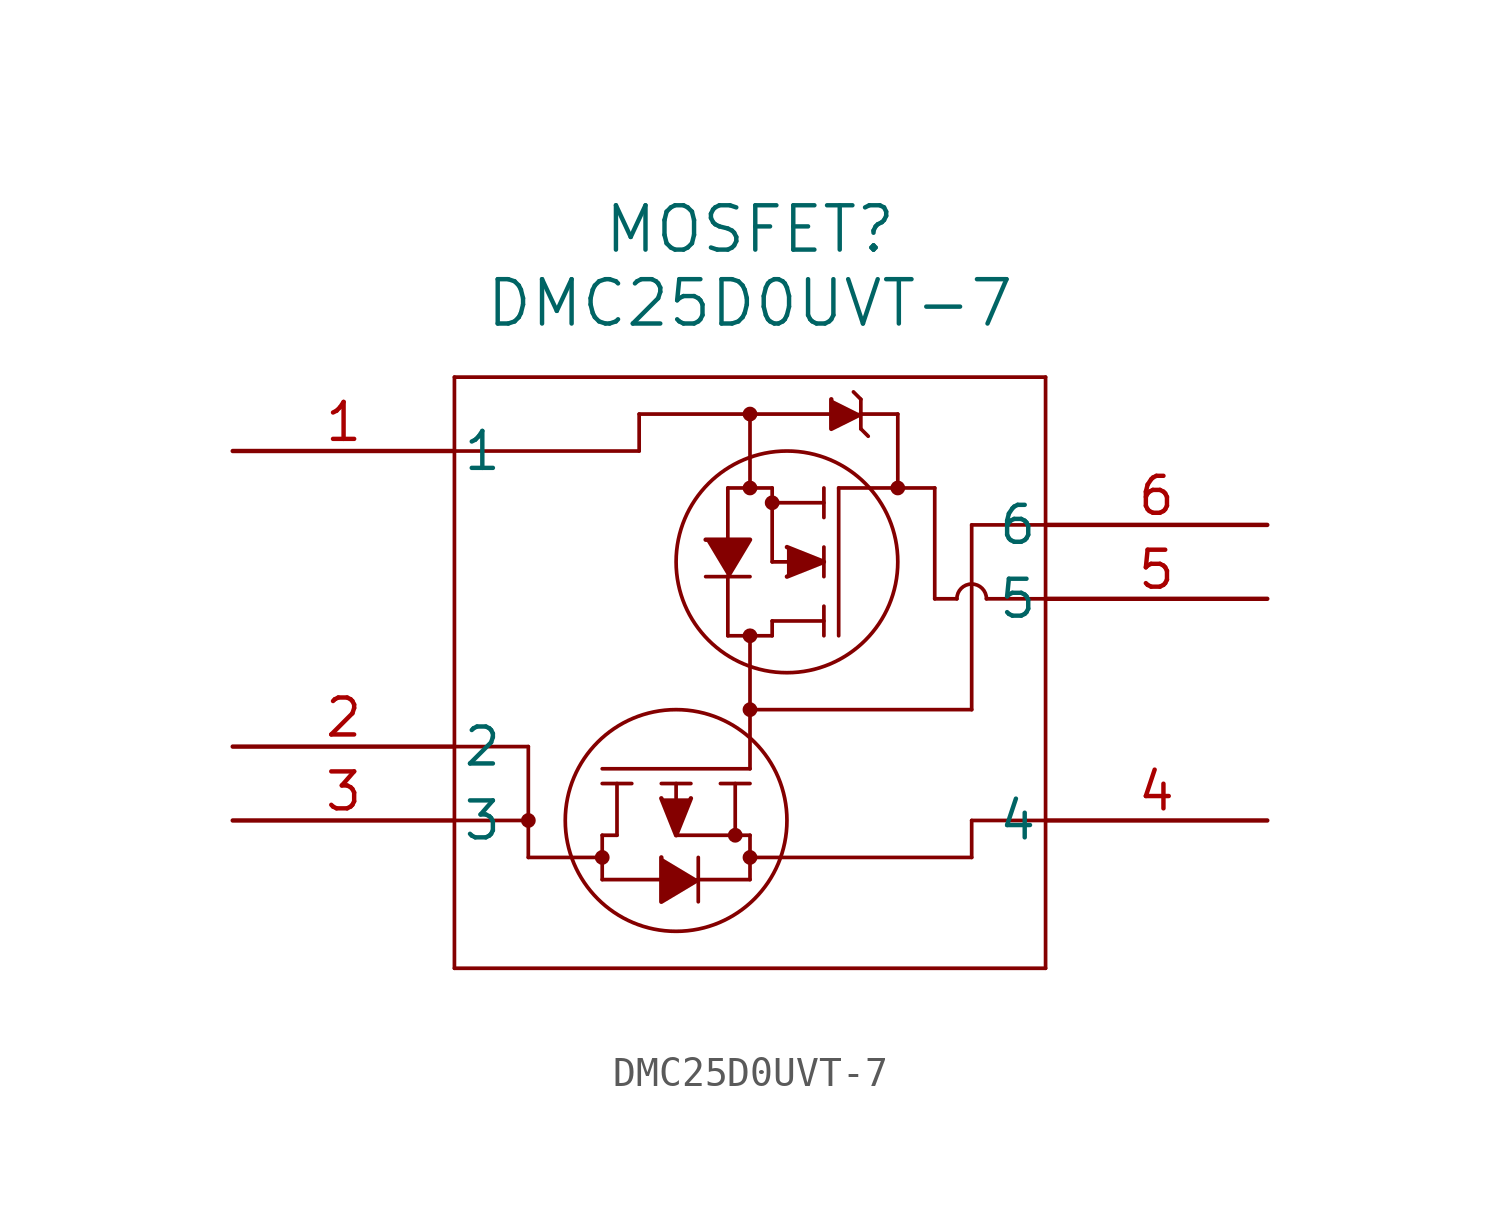
<source format=kicad_sym>
(kicad_symbol_lib
  (version 20211014)
  (generator kicad_symbol_editor)
  (symbol "DMC25D0UVT-7"
    (pin_names
      (offset 0.254))
    (property "Reference" "MOSFET"
      (at 17.78 7.62 0)
      (effects (font (size 1.524 1.524))))
    (property "Value" "DMC25D0UVT-7"
      (at 17.78 5.08 0)
      (effects (font (size 1.524 1.524))))
    (symbol "DMC25D0UVT-7_0_1"
      (polyline (pts (xy 7.62 2.54) (xy 7.62 -17.78)) (stroke (width 0.127) (type default) (color 0 0 0 0)) (fill (type none)))
      (circle (center 17.78 -13.97) (radius 0.127) (stroke (width 0.254) (type default) (color 0 0 0 0)) (fill (type none)))
      (polyline (pts (xy 27.94 -17.78) (xy 27.94 2.54)) (stroke (width 0.127) (type default) (color 0 0 0 0)) (fill (type none)))
      (polyline (pts (xy 27.94 2.54) (xy 7.62 2.54)) (stroke (width 0.127) (type default) (color 0 0 0 0)) (fill (type none)))
      (circle (center 17.272 -13.208) (radius 0.127) (stroke (width 0.254) (type default) (color 0 0 0 0)) (fill (type none)))
      (polyline (pts (xy 17.78 -10.922) (xy 12.7 -10.922)) (stroke (width 0.127) (type default) (color 0 0 0 0)) (fill (type none)))
      (polyline (pts (xy 15.748 -11.43) (xy 14.732 -11.43)) (stroke (width 0.127) (type default) (color 0 0 0 0)) (fill (type none)))
      (polyline (pts (xy 17.78 -11.43) (xy 16.764 -11.43)) (stroke (width 0.127) (type default) (color 0 0 0 0)) (fill (type none)))
      (polyline (pts (xy 13.716 -11.43) (xy 12.7 -11.43)) (stroke (width 0.127) (type default) (color 0 0 0 0)) (fill (type none)))
      (polyline (pts (xy 15.24 -11.938) (xy 15.24 -11.43)) (stroke (width 0.127) (type default) (color 0 0 0 0)) (fill (type none)))
      (polyline (pts (xy 17.272 -11.43) (xy 17.272 -13.208)) (stroke (width 0.127) (type default) (color 0 0 0 0)) (fill (type none)))
      (polyline (pts (xy 17.78 -13.208) (xy 15.24 -13.208)) (stroke (width 0.127) (type default) (color 0 0 0 0)) (fill (type none)))
      (polyline (pts (xy 17.78 -13.208) (xy 17.78 -14.732)) (stroke (width 0.127) (type default) (color 0 0 0 0)) (fill (type none)))
      (polyline (pts (xy 13.208 -11.43) (xy 13.208 -13.208)) (stroke (width 0.127) (type default) (color 0 0 0 0)) (fill (type none)))
      (polyline (pts (xy 14.732 -14.732) (xy 12.7 -14.732)) (stroke (width 0.127) (type default) (color 0 0 0 0)) (fill (type none)))
      (polyline (pts (xy 17.78 -14.732) (xy 16.002 -14.732)) (stroke (width 0.127) (type default) (color 0 0 0 0)) (fill (type none)))
      (polyline (pts (xy 16.002 -13.97) (xy 16.002 -15.494)) (stroke (width 0.127) (type default) (color 0 0 0 0)) (fill (type none)))
      (polyline (pts (xy 12.7 -13.208) (xy 12.7 -14.732)) (stroke (width 0.127) (type default) (color 0 0 0 0)) (fill (type none)))
      (polyline (pts (xy 13.208 -13.208) (xy 12.7 -13.208)) (stroke (width 0.127) (type default) (color 0 0 0 0)) (fill (type none)))
      (circle (center 12.7 -13.97) (radius 0.127) (stroke (width 0.254) (type default) (color 0 0 0 0)) (fill (type none)))
      (polyline (pts (xy 12.7 -13.97) (xy 10.16 -13.97)) (stroke (width 0.127) (type default) (color 0 0 0 0)) (fill (type none)))
      (polyline (pts (xy 17.78 -13.97) (xy 25.4 -13.97)) (stroke (width 0.127) (type default) (color 0 0 0 0)) (fill (type none)))
      (polyline (pts (xy 17.78 -10.922) (xy 17.78 -6.35)) (stroke (width 0.127) (type default) (color 0 0 0 0)) (fill (type none)))
      (circle (center 15.24 -12.7) (radius 3.81) (stroke (width 0.127) (type default) (color 0 0 0 0)) (fill (type none)))
      (circle (center 17.78 -1.27) (radius 0.127) (stroke (width 0.254) (type default) (color 0 0 0 0)) (fill (type none)))
      (circle (center 18.542 -1.778) (radius 0.127) (stroke (width 0.254) (type default) (color 0 0 0 0)) (fill (type none)))
      (polyline (pts (xy 20.828 -1.27) (xy 20.828 -6.35)) (stroke (width 0.127) (type default) (color 0 0 0 0)) (fill (type none)))
      (polyline (pts (xy 20.32 -3.302) (xy 20.32 -4.318)) (stroke (width 0.127) (type default) (color 0 0 0 0)) (fill (type none)))
      (polyline (pts (xy 20.32 -1.27) (xy 20.32 -2.286)) (stroke (width 0.127) (type default) (color 0 0 0 0)) (fill (type none)))
      (polyline (pts (xy 20.32 -5.334) (xy 20.32 -6.35)) (stroke (width 0.127) (type default) (color 0 0 0 0)) (fill (type none)))
      (polyline (pts (xy 18.542 -3.81) (xy 19.05 -3.81)) (stroke (width 0.127) (type default) (color 0 0 0 0)) (fill (type none)))
      (polyline (pts (xy 20.32 -1.778) (xy 18.542 -1.778)) (stroke (width 0.127) (type default) (color 0 0 0 0)) (fill (type none)))
      (polyline (pts (xy 18.542 -1.27) (xy 18.542 -3.81)) (stroke (width 0.127) (type default) (color 0 0 0 0)) (fill (type none)))
      (polyline (pts (xy 18.542 -1.27) (xy 17.018 -1.27)) (stroke (width 0.127) (type default) (color 0 0 0 0)) (fill (type none)))
      (polyline (pts (xy 20.32 -5.842) (xy 18.542 -5.842)) (stroke (width 0.127) (type default) (color 0 0 0 0)) (fill (type none)))
      (polyline (pts (xy 17.018 -4.318) (xy 17.018 -6.35)) (stroke (width 0.127) (type default) (color 0 0 0 0)) (fill (type none)))
      (polyline (pts (xy 17.018 -1.27) (xy 17.018 -3.048)) (stroke (width 0.127) (type default) (color 0 0 0 0)) (fill (type none)))
      (polyline (pts (xy 16.256 -4.318) (xy 17.78 -4.318)) (stroke (width 0.127) (type default) (color 0 0 0 0)) (fill (type none)))
      (polyline (pts (xy 18.542 -6.35) (xy 17.018 -6.35)) (stroke (width 0.127) (type default) (color 0 0 0 0)) (fill (type none)))
      (polyline (pts (xy 18.542 -5.842) (xy 18.542 -6.35)) (stroke (width 0.127) (type default) (color 0 0 0 0)) (fill (type none)))
      (circle (center 17.78 -6.35) (radius 0.127) (stroke (width 0.254) (type default) (color 0 0 0 0)) (fill (type none)))
      (circle (center 19.05 -3.81) (radius 3.81) (stroke (width 0.127) (type default) (color 0 0 0 0)) (fill (type none)))
      (polyline (pts (xy 17.78 -1.27) (xy 17.78 1.27)) (stroke (width 0.127) (type default) (color 0 0 0 0)) (fill (type none)))
      (polyline (pts (xy 20.828 -1.27) (xy 24.13 -1.27)) (stroke (width 0.127) (type default) (color 0 0 0 0)) (fill (type none)))
      (polyline (pts (xy 17.78 -8.89) (xy 25.4 -8.89)) (stroke (width 0.127) (type default) (color 0 0 0 0)) (fill (type none)))
      (polyline (pts (xy 21.59 1.27) (xy 22.86 1.27)) (stroke (width 0.127) (type default) (color 0 0 0 0)) (fill (type none)))
      (polyline (pts (xy 22.86 1.27) (xy 22.86 -1.27)) (stroke (width 0.127) (type default) (color 0 0 0 0)) (fill (type none)))
      (polyline (pts (xy 14.732 -13.97) (xy 14.732 -15.494) (xy 16.002 -14.732)) (stroke (width 0) (type default) (color 0 0 0 0)) (fill (type outline)))
      (polyline (pts (xy 15.748 -11.938) (xy 15.24 -13.208) (xy 14.732 -11.938)) (stroke (width 0) (type default) (color 0 0 0 0)) (fill (type outline)))
      (polyline (pts (xy 19.05 -4.318) (xy 20.32 -3.81) (xy 19.05 -3.302)) (stroke (width 0) (type default) (color 0 0 0 0)) (fill (type outline)))
      (polyline (pts (xy 16.256 -3.048) (xy 17.78 -3.048) (xy 17.018 -4.318)) (stroke (width 0) (type default) (color 0 0 0 0)) (fill (type outline)))
      (polyline (pts (xy 20.574 1.778) (xy 20.574 0.762) (xy 21.59 1.27)) (stroke (width 0) (type default) (color 0 0 0 0)) (fill (type outline)))
      (polyline (pts (xy 21.59 1.778) (xy 21.59 0.762)) (stroke (width 0.127) (type default) (color 0 0 0 0)) (fill (type none)))
      (polyline (pts (xy 13.97 1.27) (xy 20.574 1.27)) (stroke (width 0.127) (type default) (color 0 0 0 0)) (fill (type none)))
      (polyline (pts (xy 21.59 1.778) (xy 21.336 2.032)) (stroke (width 0.127) (type default) (color 0 0 0 0)) (fill (type none)))
      (polyline (pts (xy 21.59 0.762) (xy 21.844 0.508)) (stroke (width 0.127) (type default) (color 0 0 0 0)) (fill (type none)))
      (polyline (pts (xy 24.13 -1.27) (xy 24.13 -5.08)) (stroke (width 0.127) (type default) (color 0 0 0 0)) (fill (type none)))
      (polyline (pts (xy 25.4 -8.89) (xy 25.4 -2.54)) (stroke (width 0.127) (type default) (color 0 0 0 0)) (fill (type none)))
      (polyline (pts (xy 25.4 -2.54) (xy 27.94 -2.54)) (stroke (width 0.127) (type default) (color 0 0 0 0)) (fill (type none)))
      (arc (start 25.908 -5.08) (mid 25.4 -4.572) (end 24.892 -5.08) (stroke (width 0.127) (type default) (color 0 0 0 0)) (fill (type none)))
      (polyline (pts (xy 24.13 -5.08) (xy 24.892 -5.08)) (stroke (width 0.127) (type default) (color 0 0 0 0)) (fill (type none)))
      (polyline (pts (xy 25.908 -5.08) (xy 27.94 -5.08)) (stroke (width 0.127) (type default) (color 0 0 0 0)) (fill (type none)))
      (polyline (pts (xy 27.94 -12.7) (xy 25.4 -12.7)) (stroke (width 0.127) (type default) (color 0 0 0 0)) (fill (type none)))
      (polyline (pts (xy 25.4 -12.7) (xy 25.4 -13.97)) (stroke (width 0.127) (type default) (color 0 0 0 0)) (fill (type none)))
      (polyline (pts (xy 13.97 0) (xy 13.97 1.27)) (stroke (width 0.127) (type default) (color 0 0 0 0)) (fill (type none)))
      (polyline (pts (xy 13.97 0) (xy 7.62 0)) (stroke (width 0.127) (type default) (color 0 0 0 0)) (fill (type none)))
      (circle (center 10.16 -12.7) (radius 0.127) (stroke (width 0.254) (type default) (color 0 0 0 0)) (fill (type none)))
      (polyline (pts (xy 10.16 -10.16) (xy 10.16 -13.97)) (stroke (width 0.127) (type default) (color 0 0 0 0)) (fill (type none)))
      (polyline (pts (xy 10.16 -10.16) (xy 7.62 -10.16)) (stroke (width 0.127) (type default) (color 0 0 0 0)) (fill (type none)))
      (polyline (pts (xy 7.62 -17.78) (xy 27.94 -17.78)) (stroke (width 0.127) (type default) (color 0 0 0 0)) (fill (type none)))
      (circle (center 17.78 1.27) (radius 0.127) (stroke (width 0.254) (type default) (color 0 0 0 0)) (fill (type none)))
      (circle (center 17.78 -8.89) (radius 0.127) (stroke (width 0.254) (type default) (color 0 0 0 0)) (fill (type none)))
      (circle (center 22.86 -1.27) (radius 0.127) (stroke (width 0.254) (type default) (color 0 0 0 0)) (fill (type none)))
      (polyline (pts (xy 7.62 -12.7) (xy 10.16 -12.7)) (stroke (width 0.127) (type default) (color 0 0 0 0)) (fill (type none)))
      (pin unspecified line (at 0 0 0) (length 7.62) (name "1" (effects (font (size 1.27 1.27)))) (number "1" (effects (font (size 1.27 1.27)))))
      (pin unspecified line (at 0 -10.16 0) (length 7.62) (name "2" (effects (font (size 1.27 1.27)))) (number "2" (effects (font (size 1.27 1.27)))))
      (pin unspecified line (at 0 -12.7 0) (length 7.62) (name "3" (effects (font (size 1.27 1.27)))) (number "3" (effects (font (size 1.27 1.27)))))
      (pin unspecified line (at 35.56 -12.7 180) (length 7.62) (name "4" (effects (font (size 1.27 1.27)))) (number "4" (effects (font (size 1.27 1.27)))))
      (pin unspecified line (at 35.56 -5.08 180) (length 7.62) (name "5" (effects (font (size 1.27 1.27)))) (number "5" (effects (font (size 1.27 1.27)))))
      (pin unspecified line (at 35.56 -2.54 180) (length 7.62) (name "6" (effects (font (size 1.27 1.27)))) (number "6" (effects (font (size 1.27 1.27))))))))
</source>
